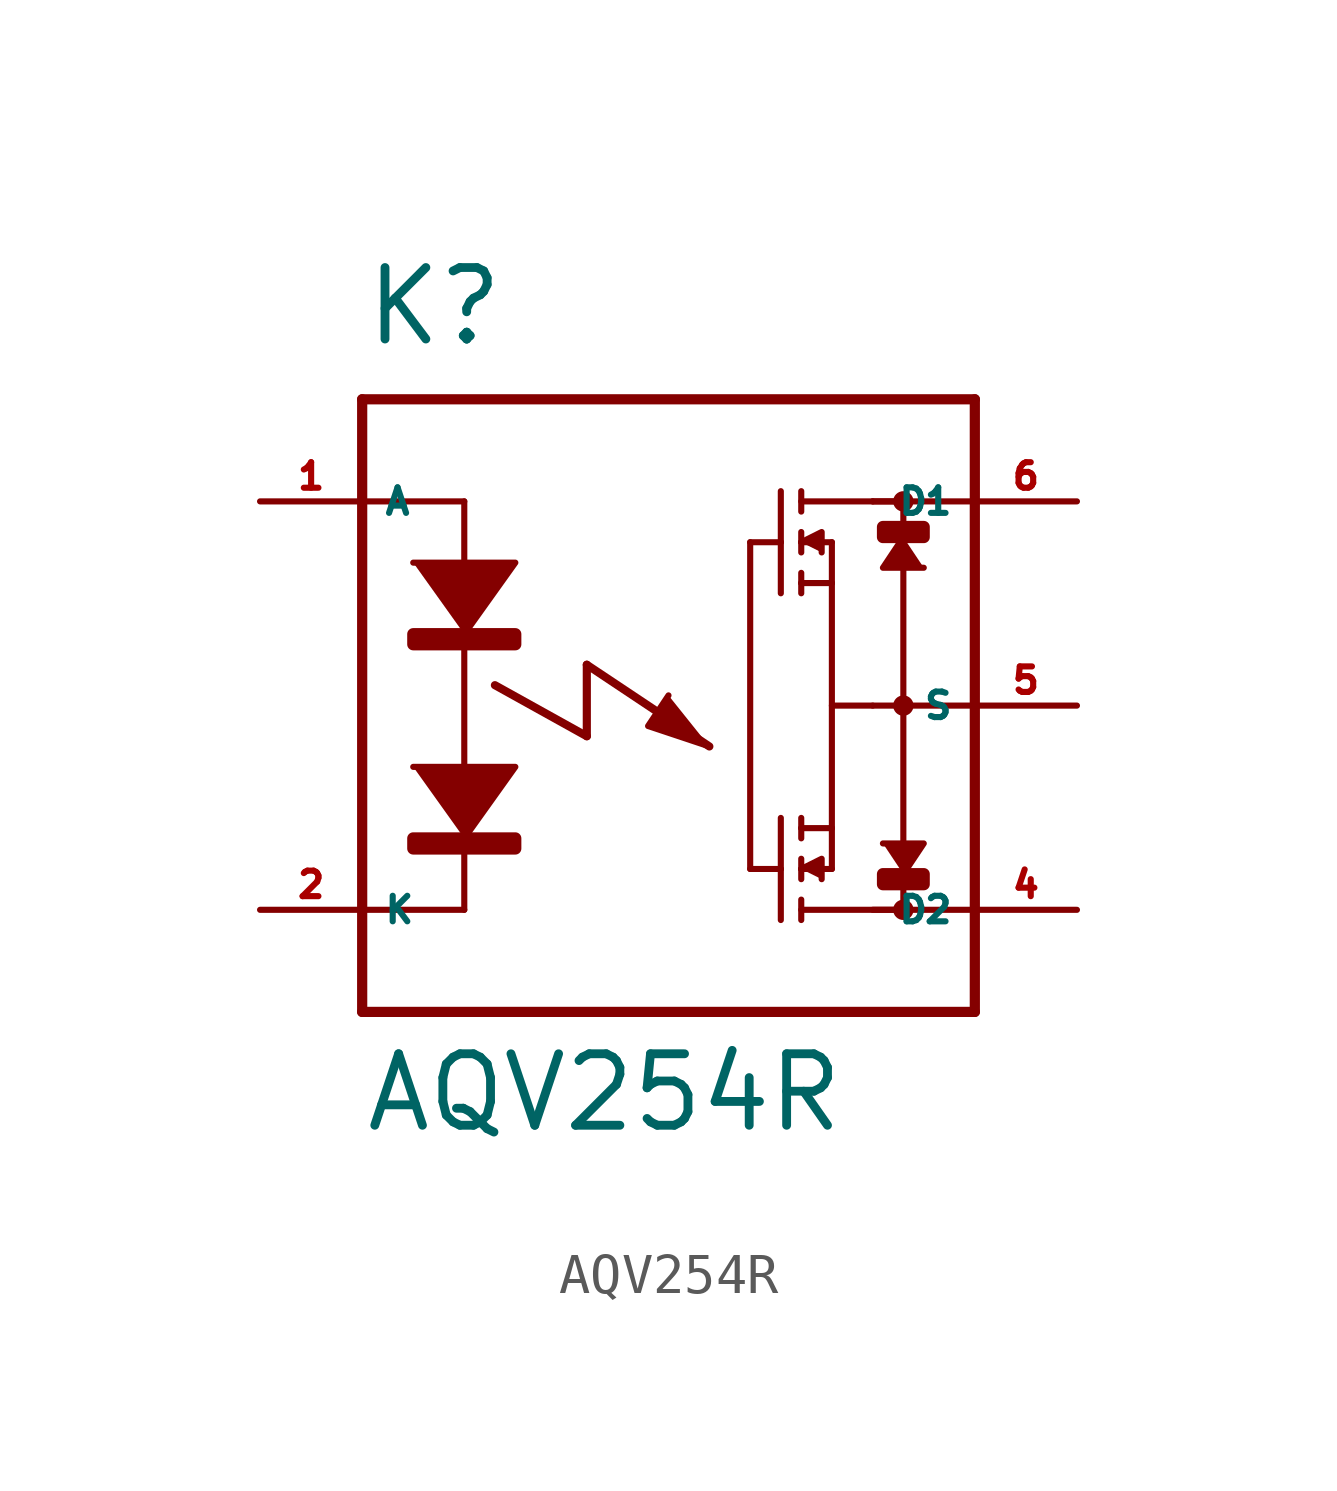
<source format=kicad_sym>
(kicad_symbol_lib
  (version 20220914)
  (generator Eagle2Kicad)
  (symbol "AQV254R"
    (property "Reference" "K"
      (at -7.62 8.89 0)
      (effects (font (size 1.778 1.778) (thickness 0.22)) (justify left bottom)))
    (property "Value" "AQV254R"
      (at -7.62 -10.668 0)
      (effects (font (size 1.778 1.778) (thickness 0.22)) (justify left bottom)))
    (polyline
      (pts (xy -6.35 3.556) (xy -3.81 3.556) (xy -5.08 1.778))
      (stroke (width 0.152) (type default))
      (fill (type outline)))
    (polyline
      (pts (xy 3.302 4.064) (xy 3.81 4.318) (xy 3.81 3.81))
      (stroke (width 0.152) (type default))
      (fill (type outline)))
    (polyline
      (pts (xy 3.302 -4.064) (xy 3.81 -3.81) (xy 3.81 -4.318))
      (stroke (width 0.152) (type default))
      (fill (type outline)))
    (polyline
      (pts (xy 5.842 4.191) (xy 5.334 3.429) (xy 6.35 3.429))
      (stroke (width 0.152) (type default))
      (fill (type outline)))
    (polyline
      (pts (xy 5.842 -4.191) (xy 6.35 -3.429) (xy 5.334 -3.429))
      (stroke (width 0.152) (type default))
      (fill (type outline)))
    (polyline
      (pts (xy -6.35 -1.524) (xy -3.81 -1.524) (xy -5.08 -3.302))
      (stroke (width 0.152) (type default))
      (fill (type outline)))
    (polyline
      (pts (xy 0 0.254) (xy -0.508 -0.508) (xy 1.016 -1.016))
      (stroke (width 0.152) (type default))
      (fill (type outline)))
    (polyline
      (pts (xy -5.08 5.08) (xy -5.08 -5.08))
      (stroke (width 0.152) (type default))
      (fill (type none)))
    (polyline
      (pts (xy 3.302 5.334) (xy 3.302 4.826))
      (stroke (width 0.152) (type default))
      (fill (type none)))
    (polyline
      (pts (xy 3.302 4.318) (xy 3.302 4.064))
      (stroke (width 0.152) (type default))
      (fill (type none)))
    (polyline
      (pts (xy 3.302 4.064) (xy 3.302 3.81))
      (stroke (width 0.152) (type default))
      (fill (type none)))
    (polyline
      (pts (xy 3.302 3.302) (xy 3.302 3.048))
      (stroke (width 0.152) (type default))
      (fill (type none)))
    (polyline
      (pts (xy 3.302 3.048) (xy 3.302 2.794))
      (stroke (width 0.152) (type default))
      (fill (type none)))
    (polyline
      (pts (xy 3.302 4.064) (xy 4.064 4.064))
      (stroke (width 0.152) (type default))
      (fill (type none)))
    (polyline
      (pts (xy 3.302 3.048) (xy 4.064 3.048))
      (stroke (width 0.152) (type default))
      (fill (type none)))
    (polyline
      (pts (xy 4.064 3.048) (xy 4.064 4.064))
      (stroke (width 0.152) (type default))
      (fill (type none)))
    (polyline
      (pts (xy 2.794 5.334) (xy 2.794 4.064))
      (stroke (width 0.152) (type default))
      (fill (type none)))
    (polyline
      (pts (xy 2.794 4.064) (xy 2.794 2.794))
      (stroke (width 0.152) (type default))
      (fill (type none)))
    (polyline
      (pts (xy 2.794 4.064) (xy 2.032 4.064))
      (stroke (width 0.152) (type default))
      (fill (type none)))
    (polyline
      (pts (xy 3.302 -5.334) (xy 3.302 -4.826))
      (stroke (width 0.152) (type default))
      (fill (type none)))
    (polyline
      (pts (xy 3.302 -4.318) (xy 3.302 -4.064))
      (stroke (width 0.152) (type default))
      (fill (type none)))
    (polyline
      (pts (xy 3.302 -4.064) (xy 3.302 -3.81))
      (stroke (width 0.152) (type default))
      (fill (type none)))
    (polyline
      (pts (xy 3.302 -3.302) (xy 3.302 -3.048))
      (stroke (width 0.152) (type default))
      (fill (type none)))
    (polyline
      (pts (xy 3.302 -3.048) (xy 3.302 -2.794))
      (stroke (width 0.152) (type default))
      (fill (type none)))
    (polyline
      (pts (xy 3.302 -4.064) (xy 4.064 -4.064))
      (stroke (width 0.152) (type default))
      (fill (type none)))
    (polyline
      (pts (xy 3.302 -3.048) (xy 4.064 -3.048))
      (stroke (width 0.152) (type default))
      (fill (type none)))
    (polyline
      (pts (xy 4.064 -3.048) (xy 4.064 -4.064))
      (stroke (width 0.152) (type default))
      (fill (type none)))
    (polyline
      (pts (xy 4.064 3.048) (xy 4.064 -3.048))
      (stroke (width 0.152) (type default))
      (fill (type none)))
    (polyline
      (pts (xy 2.794 -5.334) (xy 2.794 -4.064))
      (stroke (width 0.152) (type default))
      (fill (type none)))
    (polyline
      (pts (xy 2.794 -4.064) (xy 2.794 -2.794))
      (stroke (width 0.152) (type default))
      (fill (type none)))
    (polyline
      (pts (xy 2.794 -4.064) (xy 2.032 -4.064))
      (stroke (width 0.152) (type default))
      (fill (type none)))
    (polyline
      (pts (xy 2.032 4.064) (xy 2.032 -4.064))
      (stroke (width 0.152) (type default))
      (fill (type none)))
    (polyline
      (pts (xy -7.62 7.62) (xy -7.62 5.08))
      (stroke (width 0.254) (type default))
      (fill (type none)))
    (polyline
      (pts (xy -7.62 5.08) (xy -7.62 -5.08))
      (stroke (width 0.254) (type default))
      (fill (type none)))
    (polyline
      (pts (xy -7.62 -5.08) (xy -7.62 -7.62))
      (stroke (width 0.254) (type default))
      (fill (type none)))
    (polyline
      (pts (xy -7.62 -7.62) (xy 7.62 -7.62))
      (stroke (width 0.254) (type default))
      (fill (type none)))
    (polyline
      (pts (xy 7.62 -7.62) (xy 7.62 -5.08))
      (stroke (width 0.254) (type default))
      (fill (type none)))
    (polyline
      (pts (xy 7.62 -5.08) (xy 7.62 0))
      (stroke (width 0.254) (type default))
      (fill (type none)))
    (polyline
      (pts (xy 7.62 0) (xy 7.62 5.08))
      (stroke (width 0.254) (type default))
      (fill (type none)))
    (polyline
      (pts (xy 7.62 5.08) (xy 7.62 7.62))
      (stroke (width 0.254) (type default))
      (fill (type none)))
    (polyline
      (pts (xy 7.62 7.62) (xy -7.62 7.62))
      (stroke (width 0.254) (type default))
      (fill (type none)))
    (polyline
      (pts (xy 3.302 5.08) (xy 5.08 5.08))
      (stroke (width 0.152) (type default))
      (fill (type none)))
    (polyline
      (pts (xy 5.08 5.08) (xy 5.842 5.08))
      (stroke (width 0.152) (type default))
      (fill (type none)))
    (polyline
      (pts (xy 3.302 -5.08) (xy 5.842 -5.08))
      (stroke (width 0.152) (type default))
      (fill (type none)))
    (polyline
      (pts (xy 5.842 5.08) (xy 5.842 -5.08))
      (stroke (width 0.152) (type default))
      (fill (type none)))
    (polyline
      (pts (xy 4.064 0) (xy 5.08 0))
      (stroke (width 0.152) (type default))
      (fill (type none)))
    (polyline
      (pts (xy -5.08 5.08) (xy -7.62 5.08))
      (stroke (width 0.152) (type default))
      (fill (type none)))
    (polyline
      (pts (xy -5.08 -5.08) (xy -7.62 -5.08))
      (stroke (width 0.152) (type default))
      (fill (type none)))
    (polyline
      (pts (xy 7.62 5.08) (xy 5.08 5.08))
      (stroke (width 0.152) (type default))
      (fill (type none)))
    (polyline
      (pts (xy 7.62 0) (xy 5.08 0))
      (stroke (width 0.152) (type default))
      (fill (type none)))
    (polyline
      (pts (xy 7.62 -5.08) (xy 5.08 -5.08))
      (stroke (width 0.152) (type default))
      (fill (type none)))
    (polyline
      (pts (xy -4.318 0.508) (xy -2.032 -0.762))
      (stroke (width 0.203) (type default))
      (fill (type none)))
    (polyline
      (pts (xy -2.032 -0.762) (xy -2.032 1.016))
      (stroke (width 0.203) (type default))
      (fill (type none)))
    (polyline
      (pts (xy -2.032 1.016) (xy 1.016 -1.016))
      (stroke (width 0.203) (type default))
      (fill (type none)))
    (circle
      (center 5.842 5.08)
      (radius 0.127)
      (stroke (width 0.254) (type default))
      (fill (type none)))
    (circle
      (center 5.842 0)
      (radius 0.127)
      (stroke (width 0.254) (type default))
      (fill (type none)))
    (circle
      (center 5.842 -5.08)
      (radius 0.127)
      (stroke (width 0.254) (type default))
      (fill (type none)))
    (rectangle
      (start -6.35 1.524)
      (end -3.81 1.778)
      (stroke (width 0.3) (type default))
      (fill (type outline)))
    (rectangle
      (start 5.334 -4.445)
      (end 6.35 -4.191)
      (stroke (width 0.3) (type default))
      (fill (type outline)))
    (rectangle
      (start 5.334 4.191)
      (end 6.35 4.445)
      (stroke (width 0.3) (type default))
      (fill (type outline)))
    (rectangle
      (start -6.35 -3.556)
      (end -3.81 -3.302)
      (stroke (width 0.3) (type default))
      (fill (type outline)))
    (pin passive line
      (at -10.16 -5.08 0)
      (length 2.54)
      (name "K" (effects (font (size 0.635 0.635) (thickness 0.08)) (justify left bottom)))
      (number "2" (effects (font (size 0.635 0.635) (thickness 0.08)) (justify left bottom))))
    (pin passive line
      (at 10.16 5.08 180)
      (length 2.54)
      (name "D1" (effects (font (size 0.635 0.635) (thickness 0.08)) (justify left bottom)))
      (number "6" (effects (font (size 0.635 0.635) (thickness 0.08)) (justify left bottom))))
    (pin passive line
      (at 10.16 -5.08 180)
      (length 2.54)
      (name "D2" (effects (font (size 0.635 0.635) (thickness 0.08)) (justify left bottom)))
      (number "4" (effects (font (size 0.635 0.635) (thickness 0.08)) (justify left bottom))))
    (pin passive line
      (at -10.16 5.08 0)
      (length 2.54)
      (name "A" (effects (font (size 0.635 0.635) (thickness 0.08)) (justify left bottom)))
      (number "1" (effects (font (size 0.635 0.635) (thickness 0.08)) (justify left bottom))))
    (pin passive line
      (at 10.16 0 180)
      (length 2.54)
      (name "S" (effects (font (size 0.635 0.635) (thickness 0.08)) (justify left bottom)))
      (number "5" (effects (font (size 0.635 0.635) (thickness 0.08)) (justify left bottom))))))
</source>
